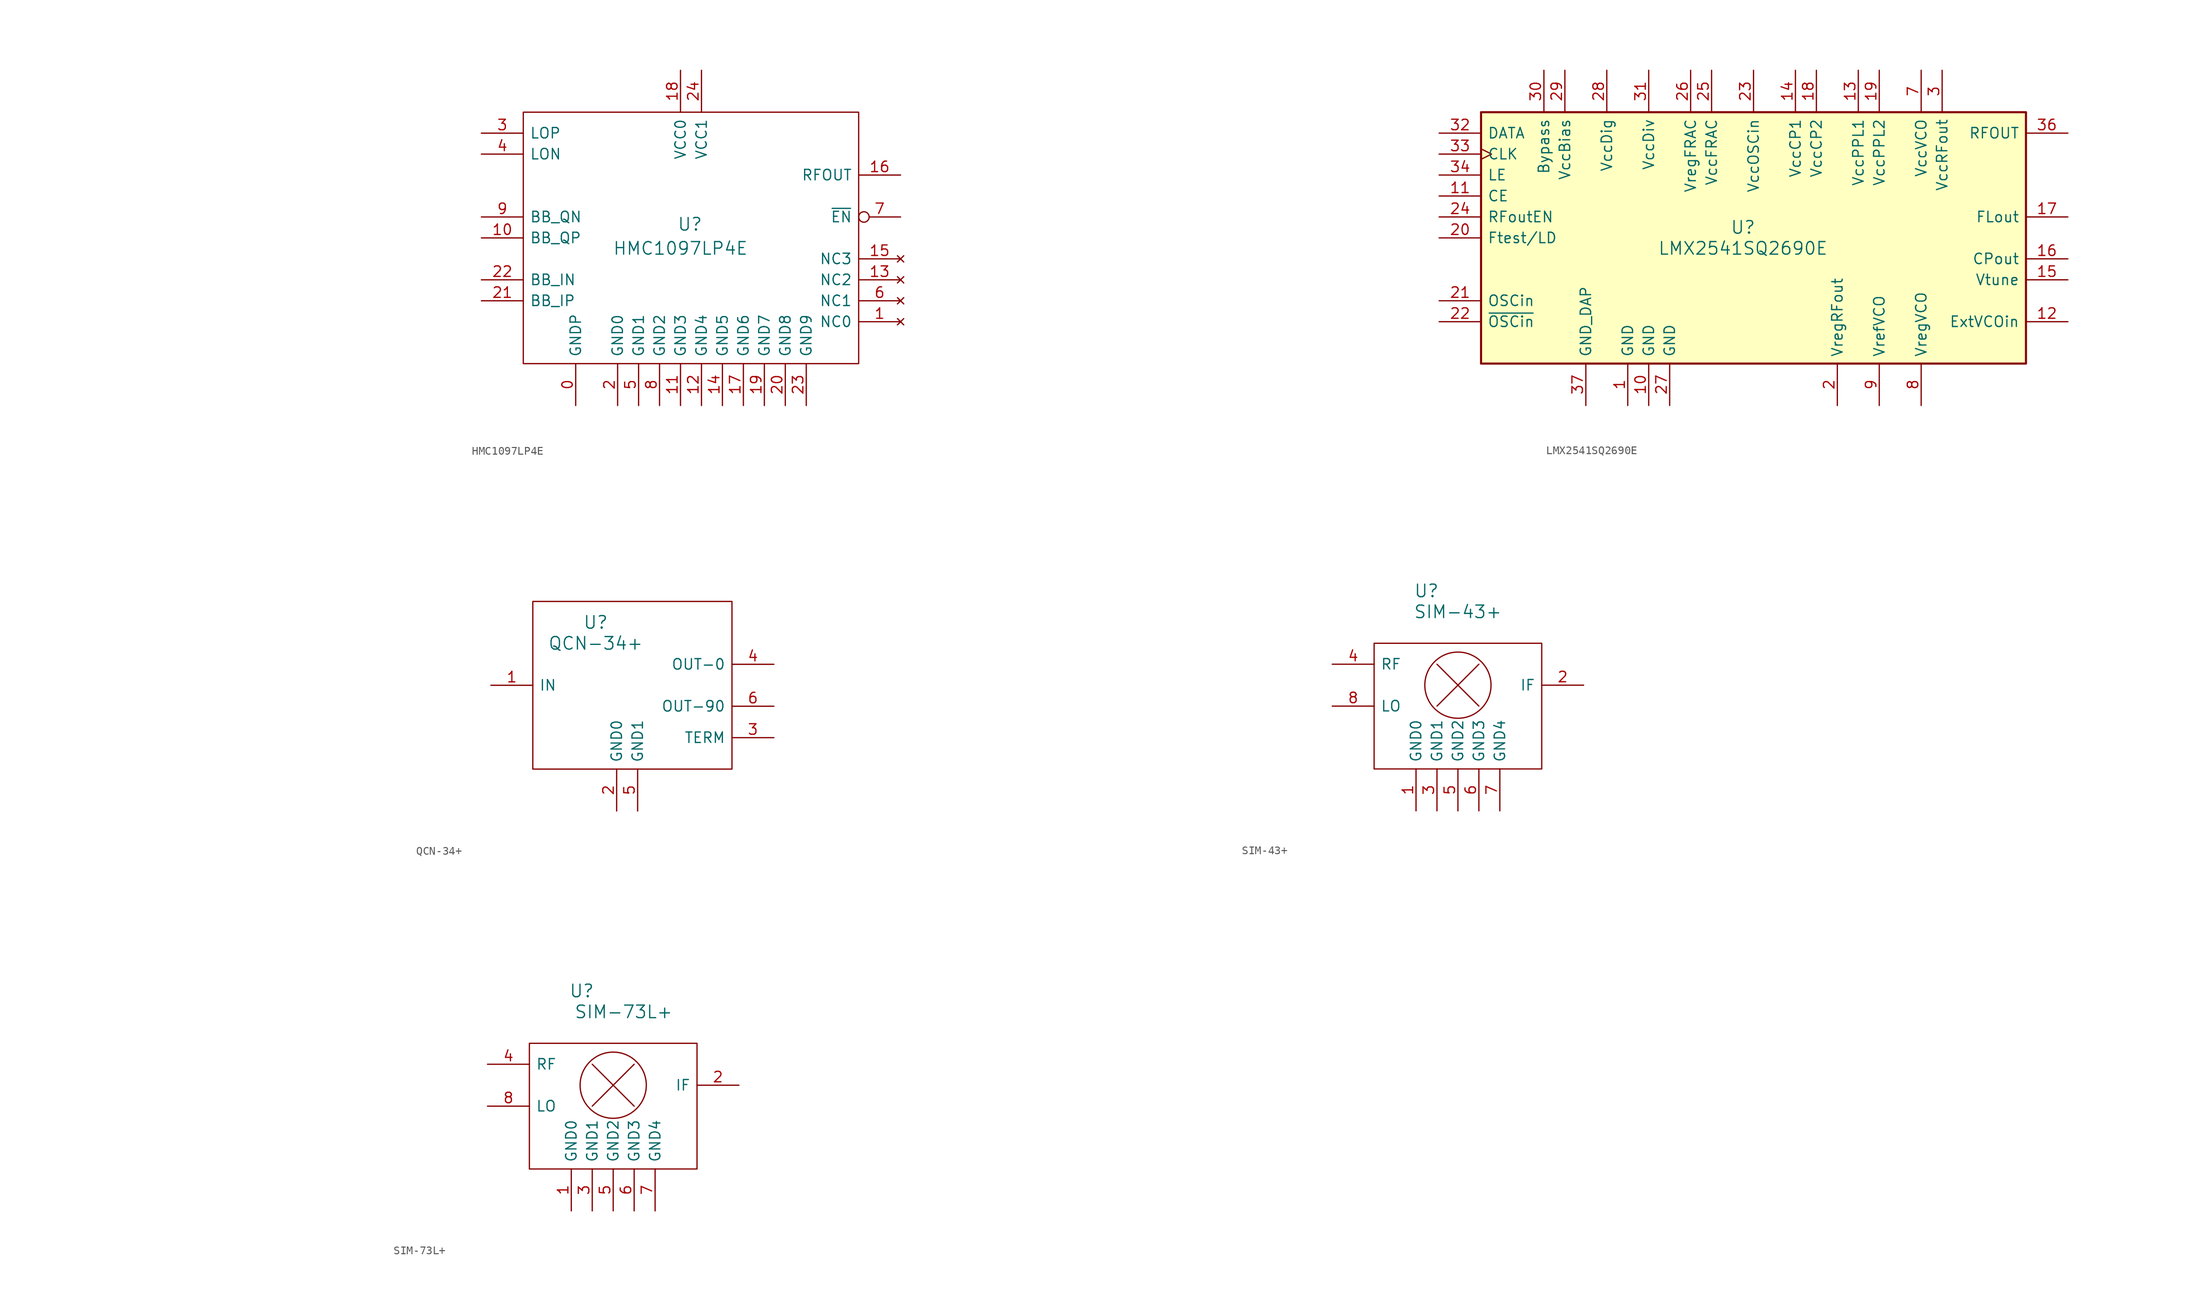
<source format=kicad_sym>
(kicad_symbol_lib
  (version 20231120)
  (generator "kicad_symbol_editor")
  (generator_version "8.0")
  (symbol "HMC1097LP4E"
    (pin_names
      (offset 0.762))
    (property "Reference" "U"
      (at 25.273 -11.049 0)
      (effects (font (size 1.524 1.524))))
    (property "Value" "HMC1097LP4E"
      (at 24.13 -13.97 0)
      (effects (font (size 1.524 1.524))))
    (property "Datasheet" ""
      (at -44.45 -1.27 0)
      (effects (font (size 1.524 1.524))))
    (symbol "HMC1097LP4E_0_1"
      (rectangle (start 5.08 2.54) (end 45.72 -27.94) (stroke (width 0) (type default)) (fill (type none))))
    (symbol "HMC1097LP4E_1_1"
      (pin power_in line (at 11.43 -33.02 90) (length 5.08) (name "GNDP" (effects (font (size 1.27 1.27)))) (number "0" (effects (font (size 1.27 1.27)))))
      (pin no_connect line (at 50.8 -22.86 180) (length 5.08) (name "NC0" (effects (font (size 1.27 1.27)))) (number "1" (effects (font (size 1.27 1.27)))))
      (pin input line (at 0 -12.7 0) (length 5.08) (name "BB_QP" (effects (font (size 1.27 1.27)))) (number "10" (effects (font (size 1.27 1.27)))))
      (pin power_in line (at 24.13 -33.02 90) (length 5.08) (name "GND3" (effects (font (size 1.27 1.27)))) (number "11" (effects (font (size 1.27 1.27)))))
      (pin power_in line (at 26.67 -33.02 90) (length 5.08) (name "GND4" (effects (font (size 1.27 1.27)))) (number "12" (effects (font (size 1.27 1.27)))))
      (pin no_connect line (at 50.8 -17.78 180) (length 5.08) (name "NC2" (effects (font (size 1.27 1.27)))) (number "13" (effects (font (size 1.27 1.27)))))
      (pin power_in line (at 29.21 -33.02 90) (length 5.08) (name "GND5" (effects (font (size 1.27 1.27)))) (number "14" (effects (font (size 1.27 1.27)))))
      (pin no_connect line (at 50.8 -15.24 180) (length 5.08) (name "NC3" (effects (font (size 1.27 1.27)))) (number "15" (effects (font (size 1.27 1.27)))))
      (pin output line (at 50.8 -5.08 180) (length 5.08) (name "RFOUT" (effects (font (size 1.27 1.27)))) (number "16" (effects (font (size 1.27 1.27)))))
      (pin power_in line (at 31.75 -33.02 90) (length 5.08) (name "GND6" (effects (font (size 1.27 1.27)))) (number "17" (effects (font (size 1.27 1.27)))))
      (pin power_in line (at 24.13 7.62 270) (length 5.08) (name "VCC0" (effects (font (size 1.27 1.27)))) (number "18" (effects (font (size 1.27 1.27)))))
      (pin power_in line (at 34.29 -33.02 90) (length 5.08) (name "GND7" (effects (font (size 1.27 1.27)))) (number "19" (effects (font (size 1.27 1.27)))))
      (pin power_in line (at 16.51 -33.02 90) (length 5.08) (name "GND0" (effects (font (size 1.27 1.27)))) (number "2" (effects (font (size 1.27 1.27)))))
      (pin power_in line (at 36.83 -33.02 90) (length 5.08) (name "GND8" (effects (font (size 1.27 1.27)))) (number "20" (effects (font (size 1.27 1.27)))))
      (pin input line (at 0 -20.32 0) (length 5.08) (name "BB_IP" (effects (font (size 1.27 1.27)))) (number "21" (effects (font (size 1.27 1.27)))))
      (pin input line (at 0 -17.78 0) (length 5.08) (name "BB_IN" (effects (font (size 1.27 1.27)))) (number "22" (effects (font (size 1.27 1.27)))))
      (pin power_in line (at 39.37 -33.02 90) (length 5.08) (name "GND9" (effects (font (size 1.27 1.27)))) (number "23" (effects (font (size 1.27 1.27)))))
      (pin power_in line (at 26.67 7.62 270) (length 5.08) (name "VCC1" (effects (font (size 1.27 1.27)))) (number "24" (effects (font (size 1.27 1.27)))))
      (pin input line (at 0 0 0) (length 5.08) (name "LOP" (effects (font (size 1.27 1.27)))) (number "3" (effects (font (size 1.27 1.27)))))
      (pin input line (at 0 -2.54 0) (length 5.08) (name "LON" (effects (font (size 1.27 1.27)))) (number "4" (effects (font (size 1.27 1.27)))))
      (pin power_in line (at 19.05 -33.02 90) (length 5.08) (name "GND1" (effects (font (size 1.27 1.27)))) (number "5" (effects (font (size 1.27 1.27)))))
      (pin no_connect line (at 50.8 -20.32 180) (length 5.08) (name "NC1" (effects (font (size 1.27 1.27)))) (number "6" (effects (font (size 1.27 1.27)))))
      (pin input inverted (at 50.8 -10.16 180) (length 5.08) (name "~{EN}" (effects (font (size 1.27 1.27)))) (number "7" (effects (font (size 1.27 1.27)))))
      (pin power_in line (at 21.59 -33.02 90) (length 5.08) (name "GND2" (effects (font (size 1.27 1.27)))) (number "8" (effects (font (size 1.27 1.27)))))
      (pin input line (at 0 -10.16 0) (length 5.08) (name "BB_QN" (effects (font (size 1.27 1.27)))) (number "9" (effects (font (size 1.27 1.27)))))))
  (symbol "LMX2541SQ2690E"
    (pin_names
      (offset 0.762))
    (property "Reference" "U"
      (at -1.27 1.27 0)
      (effects (font (size 1.524 1.524))))
    (property "Value" "LMX2541SQ2690E"
      (at -1.27 -1.27 0)
      (effects (font (size 1.524 1.524))))
    (property "Datasheet" ""
      (at -77.47 11.43 0)
      (effects (font (size 1.524 1.524))))
    (symbol "LMX2541SQ2690E_1_1"
      (rectangle (start -33.02 15.24) (end 33.02 -15.24) (stroke (width 0.254) (type default)) (fill (type background)))
      (pin power_in line (at -15.24 -20.32 90) (length 5.08) (name "GND" (effects (font (size 1.27 1.27)))) (number "1" (effects (font (size 1.27 1.27)))))
      (pin power_in line (at -12.7 -20.32 90) (length 5.08) (name "GND" (effects (font (size 1.27 1.27)))) (number "10" (effects (font (size 1.27 1.27)))))
      (pin input line (at -38.1 5.08 0) (length 5.08) (name "CE" (effects (font (size 1.27 1.27)))) (number "11" (effects (font (size 1.27 1.27)))))
      (pin input line (at 38.1 -10.16 180) (length 5.08) (name "ExtVCOin" (effects (font (size 1.27 1.27)))) (number "12" (effects (font (size 1.27 1.27)))))
      (pin power_in line (at 12.7 20.32 270) (length 5.08) (name "VccPPL1" (effects (font (size 1.27 1.27)))) (number "13" (effects (font (size 1.27 1.27)))))
      (pin power_in line (at 5.08 20.32 270) (length 5.08) (name "VccCP1" (effects (font (size 1.27 1.27)))) (number "14" (effects (font (size 1.27 1.27)))))
      (pin input line (at 38.1 -5.08 180) (length 5.08) (name "Vtune" (effects (font (size 1.27 1.27)))) (number "15" (effects (font (size 1.27 1.27)))))
      (pin output line (at 38.1 -2.54 180) (length 5.08) (name "CPout" (effects (font (size 1.27 1.27)))) (number "16" (effects (font (size 1.27 1.27)))))
      (pin output line (at 38.1 2.54 180) (length 5.08) (name "FLout" (effects (font (size 1.27 1.27)))) (number "17" (effects (font (size 1.27 1.27)))))
      (pin power_in line (at 7.62 20.32 270) (length 5.08) (name "VccCP2" (effects (font (size 1.27 1.27)))) (number "18" (effects (font (size 1.27 1.27)))))
      (pin power_in line (at 15.24 20.32 270) (length 5.08) (name "VccPPL2" (effects (font (size 1.27 1.27)))) (number "19" (effects (font (size 1.27 1.27)))))
      (pin power_out line (at 10.16 -20.32 90) (length 5.08) (name "VregRFout" (effects (font (size 1.27 1.27)))) (number "2" (effects (font (size 1.27 1.27)))))
      (pin output line (at -38.1 0 0) (length 5.08) (name "Ftest/LD" (effects (font (size 1.27 1.27)))) (number "20" (effects (font (size 1.27 1.27)))))
      (pin input line (at -38.1 -7.62 0) (length 5.08) (name "OSCin" (effects (font (size 1.27 1.27)))) (number "21" (effects (font (size 1.27 1.27)))))
      (pin input line (at -38.1 -10.16 0) (length 5.08) (name "~{OSCin}" (effects (font (size 1.27 1.27)))) (number "22" (effects (font (size 1.27 1.27)))))
      (pin power_in line (at 0 20.32 270) (length 5.08) (name "VccOSCin" (effects (font (size 1.27 1.27)))) (number "23" (effects (font (size 1.27 1.27)))))
      (pin input line (at -38.1 2.54 0) (length 5.08) (name "RFoutEN" (effects (font (size 1.27 1.27)))) (number "24" (effects (font (size 1.27 1.27)))))
      (pin power_in line (at -5.08 20.32 270) (length 5.08) (name "VccFRAC" (effects (font (size 1.27 1.27)))) (number "25" (effects (font (size 1.27 1.27)))))
      (pin power_out line (at -7.62 20.32 270) (length 5.08) (name "VregFRAC" (effects (font (size 1.27 1.27)))) (number "26" (effects (font (size 1.27 1.27)))))
      (pin power_in line (at -10.16 -20.32 90) (length 5.08) (name "GND" (effects (font (size 1.27 1.27)))) (number "27" (effects (font (size 1.27 1.27)))))
      (pin power_in line (at -17.78 20.32 270) (length 5.08) (name "VccDig" (effects (font (size 1.27 1.27)))) (number "28" (effects (font (size 1.27 1.27)))))
      (pin power_in line (at -22.86 20.32 270) (length 5.08) (name "VccBias" (effects (font (size 1.27 1.27)))) (number "29" (effects (font (size 1.27 1.27)))))
      (pin power_in line (at 22.86 20.32 270) (length 5.08) (name "VccRFout" (effects (font (size 1.27 1.27)))) (number "3" (effects (font (size 1.27 1.27)))))
      (pin input line (at -25.4 20.32 270) (length 5.08) (name "Bypass" (effects (font (size 1.27 1.27)))) (number "30" (effects (font (size 1.27 1.27)))))
      (pin power_in line (at -12.7 20.32 270) (length 5.08) (name "VccDiv" (effects (font (size 1.27 1.27)))) (number "31" (effects (font (size 1.27 1.27)))))
      (pin input line (at -38.1 12.7 0) (length 5.08) (name "DATA" (effects (font (size 1.27 1.27)))) (number "32" (effects (font (size 1.27 1.27)))))
      (pin input clock (at -38.1 10.16 0) (length 5.08) (name "CLK" (effects (font (size 1.27 1.27)))) (number "33" (effects (font (size 1.27 1.27)))))
      (pin input line (at -38.1 7.62 0) (length 5.08) (name "LE" (effects (font (size 1.27 1.27)))) (number "34" (effects (font (size 1.27 1.27)))))
      (pin no_connect line (at 3.81 -15.24 90) (length 5.08) hide (name "NC" (effects (font (size 1.27 1.27)))) (number "35" (effects (font (size 1.27 1.27)))))
      (pin output line (at 38.1 12.7 180) (length 5.08) (name "RFOUT" (effects (font (size 1.27 1.27)))) (number "36" (effects (font (size 1.27 1.27)))))
      (pin power_in line (at -20.32 -20.32 90) (length 5.08) (name "GND_DAP" (effects (font (size 1.27 1.27)))) (number "37" (effects (font (size 1.27 1.27)))))
      (pin no_connect line (at -2.54 -15.24 90) (length 5.08) hide (name "L1" (effects (font (size 1.27 1.27)))) (number "4" (effects (font (size 1.27 1.27)))))
      (pin no_connect line (at -5.08 -15.24 90) (length 5.08) hide (name "Lmid" (effects (font (size 1.27 1.27)))) (number "5" (effects (font (size 1.27 1.27)))))
      (pin no_connect line (at 0 -15.24 90) (length 5.08) hide (name "L2" (effects (font (size 1.27 1.27)))) (number "6" (effects (font (size 1.27 1.27)))))
      (pin power_in line (at 20.32 20.32 270) (length 5.08) (name "VccVCO" (effects (font (size 1.27 1.27)))) (number "7" (effects (font (size 1.27 1.27)))))
      (pin output line (at 20.32 -20.32 90) (length 5.08) (name "VregVCO" (effects (font (size 1.27 1.27)))) (number "8" (effects (font (size 1.27 1.27)))))
      (pin power_out line (at 15.24 -20.32 90) (length 5.08) (name "VrefVCO" (effects (font (size 1.27 1.27)))) (number "9" (effects (font (size 1.27 1.27)))))))
  (symbol "QCN-34+"
    (pin_names
      (offset 0.762))
    (property "Reference" "U"
      (at 12.7 7.62 0)
      (effects (font (size 1.524 1.524))))
    (property "Value" "QCN-34+"
      (at 12.7 5.08 0)
      (effects (font (size 1.524 1.524))))
    (property "Datasheet" ""
      (at -46.99 19.05 0)
      (effects (font (size 1.524 1.524))))
    (symbol "QCN-34+_0_1"
      (rectangle (start 5.08 10.16) (end 29.21 -10.16) (stroke (width 0) (type default)) (fill (type none))))
    (symbol "QCN-34+_1_1"
      (pin input line (at 0 0 0) (length 5.08) (name "IN" (effects (font (size 1.27 1.27)))) (number "1" (effects (font (size 1.27 1.27)))))
      (pin power_in line (at 15.24 -15.24 90) (length 5.08) (name "GND0" (effects (font (size 1.27 1.27)))) (number "2" (effects (font (size 1.27 1.27)))))
      (pin input line (at 34.29 -6.35 180) (length 5.08) (name "TERM" (effects (font (size 1.27 1.27)))) (number "3" (effects (font (size 1.27 1.27)))))
      (pin output line (at 34.29 2.54 180) (length 5.08) (name "OUT-0" (effects (font (size 1.27 1.27)))) (number "4" (effects (font (size 1.27 1.27)))))
      (pin power_in line (at 17.78 -15.24 90) (length 5.08) (name "GND1" (effects (font (size 1.27 1.27)))) (number "5" (effects (font (size 1.27 1.27)))))
      (pin output line (at 34.29 -2.54 180) (length 5.08) (name "OUT-90" (effects (font (size 1.27 1.27)))) (number "6" (effects (font (size 1.27 1.27)))))))
  (symbol "SIM-43+"
    (pin_names
      (offset 0.762))
    (property "Reference" "U"
      (at 11.43 8.89 0)
      (effects (font (size 1.524 1.524))))
    (property "Value" "SIM-43+"
      (at 15.24 6.35 0)
      (effects (font (size 1.524 1.524))))
    (property "Datasheet" ""
      (at -46.99 16.51 0)
      (effects (font (size 1.524 1.524))))
    (symbol "SIM-43+_0_1"
      (polyline (pts (xy 12.7 -5.08) (xy 17.78 0)) (stroke (width 0) (type default)) (fill (type none)))
      (polyline (pts (xy 12.7 0) (xy 17.78 -5.08)) (stroke (width 0) (type default)) (fill (type none)))
      (rectangle (start 5.08 2.54) (end 25.4 -12.7) (stroke (width 0) (type default)) (fill (type none)))
      (circle (center 15.24 -2.54) (radius 4.013) (stroke (width 0) (type default)) (fill (type none))))
    (symbol "SIM-43+_1_1"
      (pin power_in line (at 10.16 -17.78 90) (length 5.08) (name "GND0" (effects (font (size 1.27 1.27)))) (number "1" (effects (font (size 1.27 1.27)))))
      (pin output line (at 30.48 -2.54 180) (length 5.08) (name "IF" (effects (font (size 1.27 1.27)))) (number "2" (effects (font (size 1.27 1.27)))))
      (pin power_in line (at 12.7 -17.78 90) (length 5.08) (name "GND1" (effects (font (size 1.27 1.27)))) (number "3" (effects (font (size 1.27 1.27)))))
      (pin input line (at 0 0 0) (length 5.08) (name "RF" (effects (font (size 1.27 1.27)))) (number "4" (effects (font (size 1.27 1.27)))))
      (pin power_in line (at 15.24 -17.78 90) (length 5.08) (name "GND2" (effects (font (size 1.27 1.27)))) (number "5" (effects (font (size 1.27 1.27)))))
      (pin power_in line (at 17.78 -17.78 90) (length 5.08) (name "GND3" (effects (font (size 1.27 1.27)))) (number "6" (effects (font (size 1.27 1.27)))))
      (pin power_in line (at 20.32 -17.78 90) (length 5.08) (name "GND4" (effects (font (size 1.27 1.27)))) (number "7" (effects (font (size 1.27 1.27)))))
      (pin input line (at 0 -5.08 0) (length 5.08) (name "LO" (effects (font (size 1.27 1.27)))) (number "8" (effects (font (size 1.27 1.27)))))))
  (symbol "SIM-73L+"
    (pin_names
      (offset 0.762))
    (property "Reference" "U"
      (at 11.43 8.89 0)
      (effects (font (size 1.524 1.524))))
    (property "Value" "SIM-73L+"
      (at 16.51 6.35 0)
      (effects (font (size 1.524 1.524))))
    (property "Datasheet" ""
      (at -46.99 16.51 0)
      (effects (font (size 1.524 1.524))))
    (symbol "SIM-73L+_0_1"
      (polyline (pts (xy 12.7 -5.08) (xy 17.78 0)) (stroke (width 0) (type default)) (fill (type none)))
      (polyline (pts (xy 12.7 0) (xy 17.78 -5.08)) (stroke (width 0) (type default)) (fill (type none)))
      (rectangle (start 5.08 2.54) (end 25.4 -12.7) (stroke (width 0) (type default)) (fill (type none)))
      (circle (center 15.24 -2.54) (radius 4.013) (stroke (width 0) (type default)) (fill (type none))))
    (symbol "SIM-73L+_1_1"
      (pin power_in line (at 10.16 -17.78 90) (length 5.08) (name "GND0" (effects (font (size 1.27 1.27)))) (number "1" (effects (font (size 1.27 1.27)))))
      (pin output line (at 30.48 -2.54 180) (length 5.08) (name "IF" (effects (font (size 1.27 1.27)))) (number "2" (effects (font (size 1.27 1.27)))))
      (pin power_in line (at 12.7 -17.78 90) (length 5.08) (name "GND1" (effects (font (size 1.27 1.27)))) (number "3" (effects (font (size 1.27 1.27)))))
      (pin input line (at 0 0 0) (length 5.08) (name "RF" (effects (font (size 1.27 1.27)))) (number "4" (effects (font (size 1.27 1.27)))))
      (pin power_in line (at 15.24 -17.78 90) (length 5.08) (name "GND2" (effects (font (size 1.27 1.27)))) (number "5" (effects (font (size 1.27 1.27)))))
      (pin power_in line (at 17.78 -17.78 90) (length 5.08) (name "GND3" (effects (font (size 1.27 1.27)))) (number "6" (effects (font (size 1.27 1.27)))))
      (pin power_in line (at 20.32 -17.78 90) (length 5.08) (name "GND4" (effects (font (size 1.27 1.27)))) (number "7" (effects (font (size 1.27 1.27)))))
      (pin input line (at 0 -5.08 0) (length 5.08) (name "LO" (effects (font (size 1.27 1.27)))) (number "8" (effects (font (size 1.27 1.27))))))))
</source>
